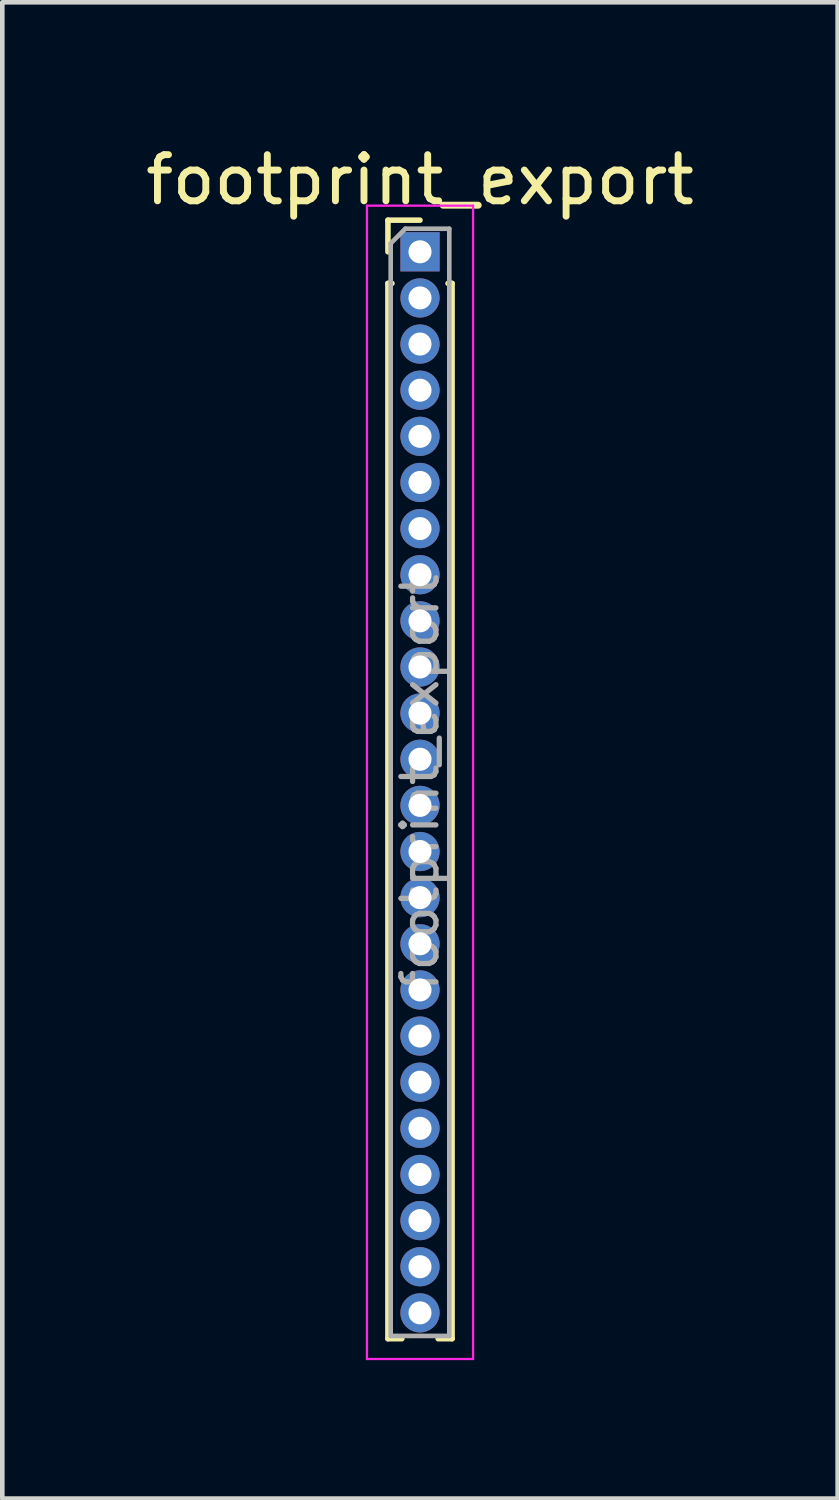
<source format=kicad_pcb>
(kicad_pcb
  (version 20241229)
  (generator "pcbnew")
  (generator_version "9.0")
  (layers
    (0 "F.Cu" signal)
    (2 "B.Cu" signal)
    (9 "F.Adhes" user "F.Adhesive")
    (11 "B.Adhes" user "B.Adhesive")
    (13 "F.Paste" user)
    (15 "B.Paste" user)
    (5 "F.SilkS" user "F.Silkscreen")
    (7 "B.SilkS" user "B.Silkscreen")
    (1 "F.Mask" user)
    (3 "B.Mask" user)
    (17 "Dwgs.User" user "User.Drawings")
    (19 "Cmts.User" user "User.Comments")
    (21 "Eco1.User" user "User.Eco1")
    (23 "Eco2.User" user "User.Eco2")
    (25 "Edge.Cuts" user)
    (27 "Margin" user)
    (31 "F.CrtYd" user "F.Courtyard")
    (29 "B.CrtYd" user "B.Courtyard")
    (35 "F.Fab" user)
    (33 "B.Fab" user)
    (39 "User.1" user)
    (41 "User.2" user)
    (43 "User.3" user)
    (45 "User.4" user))
  (footprint "footprint_export"
    (layer "F.Cu")
    (at 6.054 2.408)
    (property "Reference" "footprint_export" (at 0 -1.56 0) (layer "F.SilkS") (effects (font (size 1 1) (thickness 0.15))))
    (attr through_hole)
    (fp_line (start -0.695 -0.685) (end 0 -0.685) (stroke (width 0.12) (type solid)) (layer "F.SilkS"))
    (fp_line (start -0.695 0) (end -0.695 -0.685) (stroke (width 0.12) (type solid)) (layer "F.SilkS"))
    (fp_line (start -0.695 0.685) (end -0.695 23.56) (stroke (width 0.12) (type solid)) (layer "F.SilkS"))
    (fp_line (start -0.695 0.685) (end -0.608 0.685) (stroke (width 0.12) (type solid)) (layer "F.SilkS"))
    (fp_line (start -0.695 23.56) (end -0.394 23.56) (stroke (width 0.12) (type solid)) (layer "F.SilkS"))
    (fp_line (start 0.394 23.56) (end 0.695 23.56) (stroke (width 0.12) (type solid)) (layer "F.SilkS"))
    (fp_line (start 0.608 0.685) (end 0.695 0.685) (stroke (width 0.12) (type solid)) (layer "F.SilkS"))
    (fp_line (start 0.695 0.685) (end 0.695 23.56) (stroke (width 0.12) (type solid)) (layer "F.SilkS"))
    (fp_line (start -1.15 -1) (end -1.15 24) (stroke (width 0.05) (type solid)) (layer "F.CrtYd"))
    (fp_line (start -1.15 24) (end 1.15 24) (stroke (width 0.05) (type solid)) (layer "F.CrtYd"))
    (fp_line (start 1.15 -1) (end -1.15 -1) (stroke (width 0.05) (type solid)) (layer "F.CrtYd"))
    (fp_line (start 1.15 24) (end 1.15 -1) (stroke (width 0.05) (type solid)) (layer "F.CrtYd"))
    (fp_line (start -0.635 -0.182) (end -0.318 -0.5) (stroke (width 0.1) (type solid)) (layer "F.Fab"))
    (fp_line (start -0.635 23.5) (end -0.635 -0.182) (stroke (width 0.1) (type solid)) (layer "F.Fab"))
    (fp_line (start -0.318 -0.5) (end 0.635 -0.5) (stroke (width 0.1) (type solid)) (layer "F.Fab"))
    (fp_line (start 0.635 -0.5) (end 0.635 23.5) (stroke (width 0.1) (type solid)) (layer "F.Fab"))
    (fp_line (start 0.635 23.5) (end -0.635 23.5) (stroke (width 0.1) (type solid)) (layer "F.Fab"))
    (fp_text user "${REFERENCE}" (at 0 11.5 90) (layer "F.Fab") (effects (font (size 0.76 0.76) (thickness 0.114))))
    (pad "1" thru_hole rect (at 0 0) (size 0.85 0.85) (drill 0.5) (layers "*.Cu" "*.Mask"))
    (pad "2" thru_hole oval (at 0 1) (size 0.85 0.85) (drill 0.5) (layers "*.Cu" "*.Mask"))
    (pad "3" thru_hole oval (at 0 2) (size 0.85 0.85) (drill 0.5) (layers "*.Cu" "*.Mask"))
    (pad "4" thru_hole oval (at 0 3) (size 0.85 0.85) (drill 0.5) (layers "*.Cu" "*.Mask"))
    (pad "5" thru_hole oval (at 0 4) (size 0.85 0.85) (drill 0.5) (layers "*.Cu" "*.Mask"))
    (pad "6" thru_hole oval (at 0 5) (size 0.85 0.85) (drill 0.5) (layers "*.Cu" "*.Mask"))
    (pad "7" thru_hole oval (at 0 6) (size 0.85 0.85) (drill 0.5) (layers "*.Cu" "*.Mask"))
    (pad "8" thru_hole oval (at 0 7) (size 0.85 0.85) (drill 0.5) (layers "*.Cu" "*.Mask"))
    (pad "9" thru_hole oval (at 0 8) (size 0.85 0.85) (drill 0.5) (layers "*.Cu" "*.Mask"))
    (pad "10" thru_hole oval (at 0 9) (size 0.85 0.85) (drill 0.5) (layers "*.Cu" "*.Mask"))
    (pad "11" thru_hole oval (at 0 10) (size 0.85 0.85) (drill 0.5) (layers "*.Cu" "*.Mask"))
    (pad "12" thru_hole oval (at 0 11) (size 0.85 0.85) (drill 0.5) (layers "*.Cu" "*.Mask"))
    (pad "13" thru_hole oval (at 0 12) (size 0.85 0.85) (drill 0.5) (layers "*.Cu" "*.Mask"))
    (pad "14" thru_hole oval (at 0 13) (size 0.85 0.85) (drill 0.5) (layers "*.Cu" "*.Mask"))
    (pad "15" thru_hole oval (at 0 14) (size 0.85 0.85) (drill 0.5) (layers "*.Cu" "*.Mask"))
    (pad "16" thru_hole oval (at 0 15) (size 0.85 0.85) (drill 0.5) (layers "*.Cu" "*.Mask"))
    (pad "17" thru_hole oval (at 0 16) (size 0.85 0.85) (drill 0.5) (layers "*.Cu" "*.Mask"))
    (pad "18" thru_hole oval (at 0 17) (size 0.85 0.85) (drill 0.5) (layers "*.Cu" "*.Mask"))
    (pad "19" thru_hole oval (at 0 18) (size 0.85 0.85) (drill 0.5) (layers "*.Cu" "*.Mask"))
    (pad "20" thru_hole oval (at 0 19) (size 0.85 0.85) (drill 0.5) (layers "*.Cu" "*.Mask"))
    (pad "21" thru_hole oval (at 0 20) (size 0.85 0.85) (drill 0.5) (layers "*.Cu" "*.Mask"))
    (pad "22" thru_hole oval (at 0 21) (size 0.85 0.85) (drill 0.5) (layers "*.Cu" "*.Mask"))
    (pad "23" thru_hole oval (at 0 22) (size 0.85 0.85) (drill 0.5) (layers "*.Cu" "*.Mask"))
    (pad "24" thru_hole oval (at 0 23) (size 0.85 0.85) (drill 0.5) (layers "*.Cu" "*.Mask")))
  (gr_rect
    (start -3 -3)
    (end 15.107 29.433)
    (stroke (width 0.1) (type default))
    (fill no)
    (layer "Edge.Cuts")))
</source>
